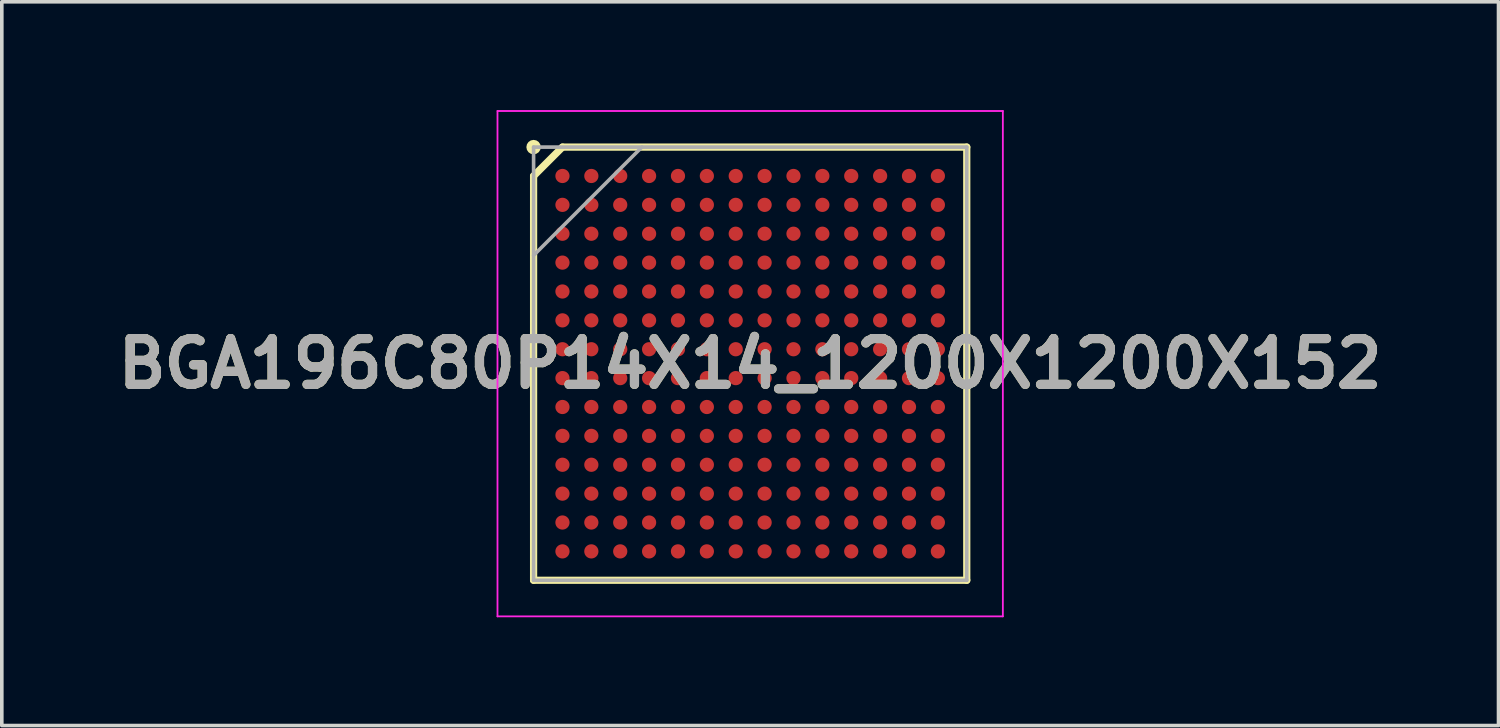
<source format=kicad_pcb>
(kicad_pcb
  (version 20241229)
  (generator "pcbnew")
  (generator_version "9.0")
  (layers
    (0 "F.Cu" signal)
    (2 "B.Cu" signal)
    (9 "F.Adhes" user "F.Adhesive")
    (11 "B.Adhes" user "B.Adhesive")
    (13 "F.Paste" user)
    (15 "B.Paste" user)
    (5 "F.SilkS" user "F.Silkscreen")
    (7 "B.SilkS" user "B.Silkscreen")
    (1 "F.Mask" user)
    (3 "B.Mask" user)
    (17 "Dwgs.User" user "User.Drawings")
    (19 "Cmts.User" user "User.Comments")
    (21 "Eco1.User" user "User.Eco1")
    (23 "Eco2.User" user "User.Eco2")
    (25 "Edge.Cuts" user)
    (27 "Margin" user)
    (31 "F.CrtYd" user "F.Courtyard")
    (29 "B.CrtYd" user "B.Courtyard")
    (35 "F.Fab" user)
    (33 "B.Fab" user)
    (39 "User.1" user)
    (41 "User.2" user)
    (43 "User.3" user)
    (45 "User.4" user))
  (footprint "BGA196C80P14X14_1200X1200X152"
    (layer "F.Cu")
    (at 17.732 7.025)
    (property "Reference" "BGA196C80P14X14_1200X1200X152" (at 0 0 0) (layer "F.SilkS") (effects (font (size 1.27 1.27) (thickness 0.254))))
    (attr smd)
    (fp_line (start -6 -5.2) (end -5.2 -6) (stroke (width 0.2) (type solid)) (layer "F.SilkS"))
    (fp_line (start -6 6) (end -6 -5.2) (stroke (width 0.2) (type solid)) (layer "F.SilkS"))
    (fp_line (start -5.2 -6) (end 6 -6) (stroke (width 0.2) (type solid)) (layer "F.SilkS"))
    (fp_line (start 6 -6) (end 6 6) (stroke (width 0.2) (type solid)) (layer "F.SilkS"))
    (fp_line (start 6 6) (end -6 6) (stroke (width 0.2) (type solid)) (layer "F.SilkS"))
    (fp_circle (center -6 -6) (end -6 -5.9) (stroke (width 0.2) (type solid)) (fill no) (layer "F.SilkS"))
    (fp_line (start -7 -7) (end 7 -7) (stroke (width 0.05) (type solid)) (layer "F.CrtYd"))
    (fp_line (start -7 7) (end -7 -7) (stroke (width 0.05) (type solid)) (layer "F.CrtYd"))
    (fp_line (start 7 -7) (end 7 7) (stroke (width 0.05) (type solid)) (layer "F.CrtYd"))
    (fp_line (start 7 7) (end -7 7) (stroke (width 0.05) (type solid)) (layer "F.CrtYd"))
    (fp_line (start -6 -6) (end 6 -6) (stroke (width 0.1) (type solid)) (layer "F.Fab"))
    (fp_line (start -6 -3) (end -3 -6) (stroke (width 0.1) (type solid)) (layer "F.Fab"))
    (fp_line (start -6 6) (end -6 -6) (stroke (width 0.1) (type solid)) (layer "F.Fab"))
    (fp_line (start 6 -6) (end 6 6) (stroke (width 0.1) (type solid)) (layer "F.Fab"))
    (fp_line (start 6 6) (end -6 6) (stroke (width 0.1) (type solid)) (layer "F.Fab"))
    (fp_text user "${REFERENCE}" (at 0 0 0) (layer "F.Fab") (effects (font (size 1.27 1.27) (thickness 0.254))))
    (pad "A1" smd circle (at -5.2 -5.2 90) (size 0.394 0.394) (layers "F.Cu" "F.Mask" "F.Paste"))
    (pad "A2" smd circle (at -4.4 -5.2 90) (size 0.394 0.394) (layers "F.Cu" "F.Mask" "F.Paste"))
    (pad "A3" smd circle (at -3.6 -5.2 90) (size 0.394 0.394) (layers "F.Cu" "F.Mask" "F.Paste"))
    (pad "A4" smd circle (at -2.8 -5.2 90) (size 0.394 0.394) (layers "F.Cu" "F.Mask" "F.Paste"))
    (pad "A5" smd circle (at -2 -5.2 90) (size 0.394 0.394) (layers "F.Cu" "F.Mask" "F.Paste"))
    (pad "A6" smd circle (at -1.2 -5.2 90) (size 0.394 0.394) (layers "F.Cu" "F.Mask" "F.Paste"))
    (pad "A7" smd circle (at -0.4 -5.2 90) (size 0.394 0.394) (layers "F.Cu" "F.Mask" "F.Paste"))
    (pad "A8" smd circle (at 0.4 -5.2 90) (size 0.394 0.394) (layers "F.Cu" "F.Mask" "F.Paste"))
    (pad "A9" smd circle (at 1.2 -5.2 90) (size 0.394 0.394) (layers "F.Cu" "F.Mask" "F.Paste"))
    (pad "A10" smd circle (at 2 -5.2 90) (size 0.394 0.394) (layers "F.Cu" "F.Mask" "F.Paste"))
    (pad "A11" smd circle (at 2.8 -5.2 90) (size 0.394 0.394) (layers "F.Cu" "F.Mask" "F.Paste"))
    (pad "A12" smd circle (at 3.6 -5.2 90) (size 0.394 0.394) (layers "F.Cu" "F.Mask" "F.Paste"))
    (pad "A13" smd circle (at 4.4 -5.2 90) (size 0.394 0.394) (layers "F.Cu" "F.Mask" "F.Paste"))
    (pad "A14" smd circle (at 5.2 -5.2 90) (size 0.394 0.394) (layers "F.Cu" "F.Mask" "F.Paste"))
    (pad "B1" smd circle (at -5.2 -4.4 90) (size 0.394 0.394) (layers "F.Cu" "F.Mask" "F.Paste"))
    (pad "B2" smd circle (at -4.4 -4.4 90) (size 0.394 0.394) (layers "F.Cu" "F.Mask" "F.Paste"))
    (pad "B3" smd circle (at -3.6 -4.4 90) (size 0.394 0.394) (layers "F.Cu" "F.Mask" "F.Paste"))
    (pad "B4" smd circle (at -2.8 -4.4 90) (size 0.394 0.394) (layers "F.Cu" "F.Mask" "F.Paste"))
    (pad "B5" smd circle (at -2 -4.4 90) (size 0.394 0.394) (layers "F.Cu" "F.Mask" "F.Paste"))
    (pad "B6" smd circle (at -1.2 -4.4 90) (size 0.394 0.394) (layers "F.Cu" "F.Mask" "F.Paste"))
    (pad "B7" smd circle (at -0.4 -4.4 90) (size 0.394 0.394) (layers "F.Cu" "F.Mask" "F.Paste"))
    (pad "B8" smd circle (at 0.4 -4.4 90) (size 0.394 0.394) (layers "F.Cu" "F.Mask" "F.Paste"))
    (pad "B9" smd circle (at 1.2 -4.4 90) (size 0.394 0.394) (layers "F.Cu" "F.Mask" "F.Paste"))
    (pad "B10" smd circle (at 2 -4.4 90) (size 0.394 0.394) (layers "F.Cu" "F.Mask" "F.Paste"))
    (pad "B11" smd circle (at 2.8 -4.4 90) (size 0.394 0.394) (layers "F.Cu" "F.Mask" "F.Paste"))
    (pad "B12" smd circle (at 3.6 -4.4 90) (size 0.394 0.394) (layers "F.Cu" "F.Mask" "F.Paste"))
    (pad "B13" smd circle (at 4.4 -4.4 90) (size 0.394 0.394) (layers "F.Cu" "F.Mask" "F.Paste"))
    (pad "B14" smd circle (at 5.2 -4.4 90) (size 0.394 0.394) (layers "F.Cu" "F.Mask" "F.Paste"))
    (pad "C1" smd circle (at -5.2 -3.6 90) (size 0.394 0.394) (layers "F.Cu" "F.Mask" "F.Paste"))
    (pad "C2" smd circle (at -4.4 -3.6 90) (size 0.394 0.394) (layers "F.Cu" "F.Mask" "F.Paste"))
    (pad "C3" smd circle (at -3.6 -3.6 90) (size 0.394 0.394) (layers "F.Cu" "F.Mask" "F.Paste"))
    (pad "C4" smd circle (at -2.8 -3.6 90) (size 0.394 0.394) (layers "F.Cu" "F.Mask" "F.Paste"))
    (pad "C5" smd circle (at -2 -3.6 90) (size 0.394 0.394) (layers "F.Cu" "F.Mask" "F.Paste"))
    (pad "C6" smd circle (at -1.2 -3.6 90) (size 0.394 0.394) (layers "F.Cu" "F.Mask" "F.Paste"))
    (pad "C7" smd circle (at -0.4 -3.6 90) (size 0.394 0.394) (layers "F.Cu" "F.Mask" "F.Paste"))
    (pad "C8" smd circle (at 0.4 -3.6 90) (size 0.394 0.394) (layers "F.Cu" "F.Mask" "F.Paste"))
    (pad "C9" smd circle (at 1.2 -3.6 90) (size 0.394 0.394) (layers "F.Cu" "F.Mask" "F.Paste"))
    (pad "C10" smd circle (at 2 -3.6 90) (size 0.394 0.394) (layers "F.Cu" "F.Mask" "F.Paste"))
    (pad "C11" smd circle (at 2.8 -3.6 90) (size 0.394 0.394) (layers "F.Cu" "F.Mask" "F.Paste"))
    (pad "C12" smd circle (at 3.6 -3.6 90) (size 0.394 0.394) (layers "F.Cu" "F.Mask" "F.Paste"))
    (pad "C13" smd circle (at 4.4 -3.6 90) (size 0.394 0.394) (layers "F.Cu" "F.Mask" "F.Paste"))
    (pad "C14" smd circle (at 5.2 -3.6 90) (size 0.394 0.394) (layers "F.Cu" "F.Mask" "F.Paste"))
    (pad "D1" smd circle (at -5.2 -2.8 90) (size 0.394 0.394) (layers "F.Cu" "F.Mask" "F.Paste"))
    (pad "D2" smd circle (at -4.4 -2.8 90) (size 0.394 0.394) (layers "F.Cu" "F.Mask" "F.Paste"))
    (pad "D3" smd circle (at -3.6 -2.8 90) (size 0.394 0.394) (layers "F.Cu" "F.Mask" "F.Paste"))
    (pad "D4" smd circle (at -2.8 -2.8 90) (size 0.394 0.394) (layers "F.Cu" "F.Mask" "F.Paste"))
    (pad "D5" smd circle (at -2 -2.8 90) (size 0.394 0.394) (layers "F.Cu" "F.Mask" "F.Paste"))
    (pad "D6" smd circle (at -1.2 -2.8 90) (size 0.394 0.394) (layers "F.Cu" "F.Mask" "F.Paste"))
    (pad "D7" smd circle (at -0.4 -2.8 90) (size 0.394 0.394) (layers "F.Cu" "F.Mask" "F.Paste"))
    (pad "D8" smd circle (at 0.4 -2.8 90) (size 0.394 0.394) (layers "F.Cu" "F.Mask" "F.Paste"))
    (pad "D9" smd circle (at 1.2 -2.8 90) (size 0.394 0.394) (layers "F.Cu" "F.Mask" "F.Paste"))
    (pad "D10" smd circle (at 2 -2.8 90) (size 0.394 0.394) (layers "F.Cu" "F.Mask" "F.Paste"))
    (pad "D11" smd circle (at 2.8 -2.8 90) (size 0.394 0.394) (layers "F.Cu" "F.Mask" "F.Paste"))
    (pad "D12" smd circle (at 3.6 -2.8 90) (size 0.394 0.394) (layers "F.Cu" "F.Mask" "F.Paste"))
    (pad "D13" smd circle (at 4.4 -2.8 90) (size 0.394 0.394) (layers "F.Cu" "F.Mask" "F.Paste"))
    (pad "D14" smd circle (at 5.2 -2.8 90) (size 0.394 0.394) (layers "F.Cu" "F.Mask" "F.Paste"))
    (pad "E1" smd circle (at -5.2 -2 90) (size 0.394 0.394) (layers "F.Cu" "F.Mask" "F.Paste"))
    (pad "E2" smd circle (at -4.4 -2 90) (size 0.394 0.394) (layers "F.Cu" "F.Mask" "F.Paste"))
    (pad "E3" smd circle (at -3.6 -2 90) (size 0.394 0.394) (layers "F.Cu" "F.Mask" "F.Paste"))
    (pad "E4" smd circle (at -2.8 -2 90) (size 0.394 0.394) (layers "F.Cu" "F.Mask" "F.Paste"))
    (pad "E5" smd circle (at -2 -2 90) (size 0.394 0.394) (layers "F.Cu" "F.Mask" "F.Paste"))
    (pad "E6" smd circle (at -1.2 -2 90) (size 0.394 0.394) (layers "F.Cu" "F.Mask" "F.Paste"))
    (pad "E7" smd circle (at -0.4 -2 90) (size 0.394 0.394) (layers "F.Cu" "F.Mask" "F.Paste"))
    (pad "E8" smd circle (at 0.4 -2 90) (size 0.394 0.394) (layers "F.Cu" "F.Mask" "F.Paste"))
    (pad "E9" smd circle (at 1.2 -2 90) (size 0.394 0.394) (layers "F.Cu" "F.Mask" "F.Paste"))
    (pad "E10" smd circle (at 2 -2 90) (size 0.394 0.394) (layers "F.Cu" "F.Mask" "F.Paste"))
    (pad "E11" smd circle (at 2.8 -2 90) (size 0.394 0.394) (layers "F.Cu" "F.Mask" "F.Paste"))
    (pad "E12" smd circle (at 3.6 -2 90) (size 0.394 0.394) (layers "F.Cu" "F.Mask" "F.Paste"))
    (pad "E13" smd circle (at 4.4 -2 90) (size 0.394 0.394) (layers "F.Cu" "F.Mask" "F.Paste"))
    (pad "E14" smd circle (at 5.2 -2 90) (size 0.394 0.394) (layers "F.Cu" "F.Mask" "F.Paste"))
    (pad "F1" smd circle (at -5.2 -1.2 90) (size 0.394 0.394) (layers "F.Cu" "F.Mask" "F.Paste"))
    (pad "F2" smd circle (at -4.4 -1.2 90) (size 0.394 0.394) (layers "F.Cu" "F.Mask" "F.Paste"))
    (pad "F3" smd circle (at -3.6 -1.2 90) (size 0.394 0.394) (layers "F.Cu" "F.Mask" "F.Paste"))
    (pad "F4" smd circle (at -2.8 -1.2 90) (size 0.394 0.394) (layers "F.Cu" "F.Mask" "F.Paste"))
    (pad "F5" smd circle (at -2 -1.2 90) (size 0.394 0.394) (layers "F.Cu" "F.Mask" "F.Paste"))
    (pad "F6" smd circle (at -1.2 -1.2 90) (size 0.394 0.394) (layers "F.Cu" "F.Mask" "F.Paste"))
    (pad "F7" smd circle (at -0.4 -1.2 90) (size 0.394 0.394) (layers "F.Cu" "F.Mask" "F.Paste"))
    (pad "F8" smd circle (at 0.4 -1.2 90) (size 0.394 0.394) (layers "F.Cu" "F.Mask" "F.Paste"))
    (pad "F9" smd circle (at 1.2 -1.2 90) (size 0.394 0.394) (layers "F.Cu" "F.Mask" "F.Paste"))
    (pad "F10" smd circle (at 2 -1.2 90) (size 0.394 0.394) (layers "F.Cu" "F.Mask" "F.Paste"))
    (pad "F11" smd circle (at 2.8 -1.2 90) (size 0.394 0.394) (layers "F.Cu" "F.Mask" "F.Paste"))
    (pad "F12" smd circle (at 3.6 -1.2 90) (size 0.394 0.394) (layers "F.Cu" "F.Mask" "F.Paste"))
    (pad "F13" smd circle (at 4.4 -1.2 90) (size 0.394 0.394) (layers "F.Cu" "F.Mask" "F.Paste"))
    (pad "F14" smd circle (at 5.2 -1.2 90) (size 0.394 0.394) (layers "F.Cu" "F.Mask" "F.Paste"))
    (pad "G1" smd circle (at -5.2 -0.4 90) (size 0.394 0.394) (layers "F.Cu" "F.Mask" "F.Paste"))
    (pad "G2" smd circle (at -4.4 -0.4 90) (size 0.394 0.394) (layers "F.Cu" "F.Mask" "F.Paste"))
    (pad "G3" smd circle (at -3.6 -0.4 90) (size 0.394 0.394) (layers "F.Cu" "F.Mask" "F.Paste"))
    (pad "G4" smd circle (at -2.8 -0.4 90) (size 0.394 0.394) (layers "F.Cu" "F.Mask" "F.Paste"))
    (pad "G5" smd circle (at -2 -0.4 90) (size 0.394 0.394) (layers "F.Cu" "F.Mask" "F.Paste"))
    (pad "G6" smd circle (at -1.2 -0.4 90) (size 0.394 0.394) (layers "F.Cu" "F.Mask" "F.Paste"))
    (pad "G7" smd circle (at -0.4 -0.4 90) (size 0.394 0.394) (layers "F.Cu" "F.Mask" "F.Paste"))
    (pad "G8" smd circle (at 0.4 -0.4 90) (size 0.394 0.394) (layers "F.Cu" "F.Mask" "F.Paste"))
    (pad "G9" smd circle (at 1.2 -0.4 90) (size 0.394 0.394) (layers "F.Cu" "F.Mask" "F.Paste"))
    (pad "G10" smd circle (at 2 -0.4 90) (size 0.394 0.394) (layers "F.Cu" "F.Mask" "F.Paste"))
    (pad "G11" smd circle (at 2.8 -0.4 90) (size 0.394 0.394) (layers "F.Cu" "F.Mask" "F.Paste"))
    (pad "G12" smd circle (at 3.6 -0.4 90) (size 0.394 0.394) (layers "F.Cu" "F.Mask" "F.Paste"))
    (pad "G13" smd circle (at 4.4 -0.4 90) (size 0.394 0.394) (layers "F.Cu" "F.Mask" "F.Paste"))
    (pad "G14" smd circle (at 5.2 -0.4 90) (size 0.394 0.394) (layers "F.Cu" "F.Mask" "F.Paste"))
    (pad "H1" smd circle (at -5.2 0.4 90) (size 0.394 0.394) (layers "F.Cu" "F.Mask" "F.Paste"))
    (pad "H2" smd circle (at -4.4 0.4 90) (size 0.394 0.394) (layers "F.Cu" "F.Mask" "F.Paste"))
    (pad "H3" smd circle (at -3.6 0.4 90) (size 0.394 0.394) (layers "F.Cu" "F.Mask" "F.Paste"))
    (pad "H4" smd circle (at -2.8 0.4 90) (size 0.394 0.394) (layers "F.Cu" "F.Mask" "F.Paste"))
    (pad "H5" smd circle (at -2 0.4 90) (size 0.394 0.394) (layers "F.Cu" "F.Mask" "F.Paste"))
    (pad "H6" smd circle (at -1.2 0.4 90) (size 0.394 0.394) (layers "F.Cu" "F.Mask" "F.Paste"))
    (pad "H7" smd circle (at -0.4 0.4 90) (size 0.394 0.394) (layers "F.Cu" "F.Mask" "F.Paste"))
    (pad "H8" smd circle (at 0.4 0.4 90) (size 0.394 0.394) (layers "F.Cu" "F.Mask" "F.Paste"))
    (pad "H9" smd circle (at 1.2 0.4 90) (size 0.394 0.394) (layers "F.Cu" "F.Mask" "F.Paste"))
    (pad "H10" smd circle (at 2 0.4 90) (size 0.394 0.394) (layers "F.Cu" "F.Mask" "F.Paste"))
    (pad "H11" smd circle (at 2.8 0.4 90) (size 0.394 0.394) (layers "F.Cu" "F.Mask" "F.Paste"))
    (pad "H12" smd circle (at 3.6 0.4 90) (size 0.394 0.394) (layers "F.Cu" "F.Mask" "F.Paste"))
    (pad "H13" smd circle (at 4.4 0.4 90) (size 0.394 0.394) (layers "F.Cu" "F.Mask" "F.Paste"))
    (pad "H14" smd circle (at 5.2 0.4 90) (size 0.394 0.394) (layers "F.Cu" "F.Mask" "F.Paste"))
    (pad "J1" smd circle (at -5.2 1.2 90) (size 0.394 0.394) (layers "F.Cu" "F.Mask" "F.Paste"))
    (pad "J2" smd circle (at -4.4 1.2 90) (size 0.394 0.394) (layers "F.Cu" "F.Mask" "F.Paste"))
    (pad "J3" smd circle (at -3.6 1.2 90) (size 0.394 0.394) (layers "F.Cu" "F.Mask" "F.Paste"))
    (pad "J4" smd circle (at -2.8 1.2 90) (size 0.394 0.394) (layers "F.Cu" "F.Mask" "F.Paste"))
    (pad "J5" smd circle (at -2 1.2 90) (size 0.394 0.394) (layers "F.Cu" "F.Mask" "F.Paste"))
    (pad "J6" smd circle (at -1.2 1.2 90) (size 0.394 0.394) (layers "F.Cu" "F.Mask" "F.Paste"))
    (pad "J7" smd circle (at -0.4 1.2 90) (size 0.394 0.394) (layers "F.Cu" "F.Mask" "F.Paste"))
    (pad "J8" smd circle (at 0.4 1.2 90) (size 0.394 0.394) (layers "F.Cu" "F.Mask" "F.Paste"))
    (pad "J9" smd circle (at 1.2 1.2 90) (size 0.394 0.394) (layers "F.Cu" "F.Mask" "F.Paste"))
    (pad "J10" smd circle (at 2 1.2 90) (size 0.394 0.394) (layers "F.Cu" "F.Mask" "F.Paste"))
    (pad "J11" smd circle (at 2.8 1.2 90) (size 0.394 0.394) (layers "F.Cu" "F.Mask" "F.Paste"))
    (pad "J12" smd circle (at 3.6 1.2 90) (size 0.394 0.394) (layers "F.Cu" "F.Mask" "F.Paste"))
    (pad "J13" smd circle (at 4.4 1.2 90) (size 0.394 0.394) (layers "F.Cu" "F.Mask" "F.Paste"))
    (pad "J14" smd circle (at 5.2 1.2 90) (size 0.394 0.394) (layers "F.Cu" "F.Mask" "F.Paste"))
    (pad "K1" smd circle (at -5.2 2 90) (size 0.394 0.394) (layers "F.Cu" "F.Mask" "F.Paste"))
    (pad "K2" smd circle (at -4.4 2 90) (size 0.394 0.394) (layers "F.Cu" "F.Mask" "F.Paste"))
    (pad "K3" smd circle (at -3.6 2 90) (size 0.394 0.394) (layers "F.Cu" "F.Mask" "F.Paste"))
    (pad "K4" smd circle (at -2.8 2 90) (size 0.394 0.394) (layers "F.Cu" "F.Mask" "F.Paste"))
    (pad "K5" smd circle (at -2 2 90) (size 0.394 0.394) (layers "F.Cu" "F.Mask" "F.Paste"))
    (pad "K6" smd circle (at -1.2 2 90) (size 0.394 0.394) (layers "F.Cu" "F.Mask" "F.Paste"))
    (pad "K7" smd circle (at -0.4 2 90) (size 0.394 0.394) (layers "F.Cu" "F.Mask" "F.Paste"))
    (pad "K8" smd circle (at 0.4 2 90) (size 0.394 0.394) (layers "F.Cu" "F.Mask" "F.Paste"))
    (pad "K9" smd circle (at 1.2 2 90) (size 0.394 0.394) (layers "F.Cu" "F.Mask" "F.Paste"))
    (pad "K10" smd circle (at 2 2 90) (size 0.394 0.394) (layers "F.Cu" "F.Mask" "F.Paste"))
    (pad "K11" smd circle (at 2.8 2 90) (size 0.394 0.394) (layers "F.Cu" "F.Mask" "F.Paste"))
    (pad "K12" smd circle (at 3.6 2 90) (size 0.394 0.394) (layers "F.Cu" "F.Mask" "F.Paste"))
    (pad "K13" smd circle (at 4.4 2 90) (size 0.394 0.394) (layers "F.Cu" "F.Mask" "F.Paste"))
    (pad "K14" smd circle (at 5.2 2 90) (size 0.394 0.394) (layers "F.Cu" "F.Mask" "F.Paste"))
    (pad "L1" smd circle (at -5.2 2.8 90) (size 0.394 0.394) (layers "F.Cu" "F.Mask" "F.Paste"))
    (pad "L2" smd circle (at -4.4 2.8 90) (size 0.394 0.394) (layers "F.Cu" "F.Mask" "F.Paste"))
    (pad "L3" smd circle (at -3.6 2.8 90) (size 0.394 0.394) (layers "F.Cu" "F.Mask" "F.Paste"))
    (pad "L4" smd circle (at -2.8 2.8 90) (size 0.394 0.394) (layers "F.Cu" "F.Mask" "F.Paste"))
    (pad "L5" smd circle (at -2 2.8 90) (size 0.394 0.394) (layers "F.Cu" "F.Mask" "F.Paste"))
    (pad "L6" smd circle (at -1.2 2.8 90) (size 0.394 0.394) (layers "F.Cu" "F.Mask" "F.Paste"))
    (pad "L7" smd circle (at -0.4 2.8 90) (size 0.394 0.394) (layers "F.Cu" "F.Mask" "F.Paste"))
    (pad "L8" smd circle (at 0.4 2.8 90) (size 0.394 0.394) (layers "F.Cu" "F.Mask" "F.Paste"))
    (pad "L9" smd circle (at 1.2 2.8 90) (size 0.394 0.394) (layers "F.Cu" "F.Mask" "F.Paste"))
    (pad "L10" smd circle (at 2 2.8 90) (size 0.394 0.394) (layers "F.Cu" "F.Mask" "F.Paste"))
    (pad "L11" smd circle (at 2.8 2.8 90) (size 0.394 0.394) (layers "F.Cu" "F.Mask" "F.Paste"))
    (pad "L12" smd circle (at 3.6 2.8 90) (size 0.394 0.394) (layers "F.Cu" "F.Mask" "F.Paste"))
    (pad "L13" smd circle (at 4.4 2.8 90) (size 0.394 0.394) (layers "F.Cu" "F.Mask" "F.Paste"))
    (pad "L14" smd circle (at 5.2 2.8 90) (size 0.394 0.394) (layers "F.Cu" "F.Mask" "F.Paste"))
    (pad "M1" smd circle (at -5.2 3.6 90) (size 0.394 0.394) (layers "F.Cu" "F.Mask" "F.Paste"))
    (pad "M2" smd circle (at -4.4 3.6 90) (size 0.394 0.394) (layers "F.Cu" "F.Mask" "F.Paste"))
    (pad "M3" smd circle (at -3.6 3.6 90) (size 0.394 0.394) (layers "F.Cu" "F.Mask" "F.Paste"))
    (pad "M4" smd circle (at -2.8 3.6 90) (size 0.394 0.394) (layers "F.Cu" "F.Mask" "F.Paste"))
    (pad "M5" smd circle (at -2 3.6 90) (size 0.394 0.394) (layers "F.Cu" "F.Mask" "F.Paste"))
    (pad "M6" smd circle (at -1.2 3.6 90) (size 0.394 0.394) (layers "F.Cu" "F.Mask" "F.Paste"))
    (pad "M7" smd circle (at -0.4 3.6 90) (size 0.394 0.394) (layers "F.Cu" "F.Mask" "F.Paste"))
    (pad "M8" smd circle (at 0.4 3.6 90) (size 0.394 0.394) (layers "F.Cu" "F.Mask" "F.Paste"))
    (pad "M9" smd circle (at 1.2 3.6 90) (size 0.394 0.394) (layers "F.Cu" "F.Mask" "F.Paste"))
    (pad "M10" smd circle (at 2 3.6 90) (size 0.394 0.394) (layers "F.Cu" "F.Mask" "F.Paste"))
    (pad "M11" smd circle (at 2.8 3.6 90) (size 0.394 0.394) (layers "F.Cu" "F.Mask" "F.Paste"))
    (pad "M12" smd circle (at 3.6 3.6 90) (size 0.394 0.394) (layers "F.Cu" "F.Mask" "F.Paste"))
    (pad "M13" smd circle (at 4.4 3.6 90) (size 0.394 0.394) (layers "F.Cu" "F.Mask" "F.Paste"))
    (pad "M14" smd circle (at 5.2 3.6 90) (size 0.394 0.394) (layers "F.Cu" "F.Mask" "F.Paste"))
    (pad "N1" smd circle (at -5.2 4.4 90) (size 0.394 0.394) (layers "F.Cu" "F.Mask" "F.Paste"))
    (pad "N2" smd circle (at -4.4 4.4 90) (size 0.394 0.394) (layers "F.Cu" "F.Mask" "F.Paste"))
    (pad "N3" smd circle (at -3.6 4.4 90) (size 0.394 0.394) (layers "F.Cu" "F.Mask" "F.Paste"))
    (pad "N4" smd circle (at -2.8 4.4 90) (size 0.394 0.394) (layers "F.Cu" "F.Mask" "F.Paste"))
    (pad "N5" smd circle (at -2 4.4 90) (size 0.394 0.394) (layers "F.Cu" "F.Mask" "F.Paste"))
    (pad "N6" smd circle (at -1.2 4.4 90) (size 0.394 0.394) (layers "F.Cu" "F.Mask" "F.Paste"))
    (pad "N7" smd circle (at -0.4 4.4 90) (size 0.394 0.394) (layers "F.Cu" "F.Mask" "F.Paste"))
    (pad "N8" smd circle (at 0.4 4.4 90) (size 0.394 0.394) (layers "F.Cu" "F.Mask" "F.Paste"))
    (pad "N9" smd circle (at 1.2 4.4 90) (size 0.394 0.394) (layers "F.Cu" "F.Mask" "F.Paste"))
    (pad "N10" smd circle (at 2 4.4 90) (size 0.394 0.394) (layers "F.Cu" "F.Mask" "F.Paste"))
    (pad "N11" smd circle (at 2.8 4.4 90) (size 0.394 0.394) (layers "F.Cu" "F.Mask" "F.Paste"))
    (pad "N12" smd circle (at 3.6 4.4 90) (size 0.394 0.394) (layers "F.Cu" "F.Mask" "F.Paste"))
    (pad "N13" smd circle (at 4.4 4.4 90) (size 0.394 0.394) (layers "F.Cu" "F.Mask" "F.Paste"))
    (pad "N14" smd circle (at 5.2 4.4 90) (size 0.394 0.394) (layers "F.Cu" "F.Mask" "F.Paste"))
    (pad "P1" smd circle (at -5.2 5.2 90) (size 0.394 0.394) (layers "F.Cu" "F.Mask" "F.Paste"))
    (pad "P2" smd circle (at -4.4 5.2 90) (size 0.394 0.394) (layers "F.Cu" "F.Mask" "F.Paste"))
    (pad "P3" smd circle (at -3.6 5.2 90) (size 0.394 0.394) (layers "F.Cu" "F.Mask" "F.Paste"))
    (pad "P4" smd circle (at -2.8 5.2 90) (size 0.394 0.394) (layers "F.Cu" "F.Mask" "F.Paste"))
    (pad "P5" smd circle (at -2 5.2 90) (size 0.394 0.394) (layers "F.Cu" "F.Mask" "F.Paste"))
    (pad "P6" smd circle (at -1.2 5.2 90) (size 0.394 0.394) (layers "F.Cu" "F.Mask" "F.Paste"))
    (pad "P7" smd circle (at -0.4 5.2 90) (size 0.394 0.394) (layers "F.Cu" "F.Mask" "F.Paste"))
    (pad "P8" smd circle (at 0.4 5.2 90) (size 0.394 0.394) (layers "F.Cu" "F.Mask" "F.Paste"))
    (pad "P9" smd circle (at 1.2 5.2 90) (size 0.394 0.394) (layers "F.Cu" "F.Mask" "F.Paste"))
    (pad "P10" smd circle (at 2 5.2 90) (size 0.394 0.394) (layers "F.Cu" "F.Mask" "F.Paste"))
    (pad "P11" smd circle (at 2.8 5.2 90) (size 0.394 0.394) (layers "F.Cu" "F.Mask" "F.Paste"))
    (pad "P12" smd circle (at 3.6 5.2 90) (size 0.394 0.394) (layers "F.Cu" "F.Mask" "F.Paste"))
    (pad "P13" smd circle (at 4.4 5.2 90) (size 0.394 0.394) (layers "F.Cu" "F.Mask" "F.Paste"))
    (pad "P14" smd circle (at 5.2 5.2 90) (size 0.394 0.394) (layers "F.Cu" "F.Mask" "F.Paste")))
  (gr_rect
    (start -3 -3)
    (end 38.463 17.05)
    (stroke (width 0.1) (type default))
    (fill no)
    (layer "Edge.Cuts")))
</source>
